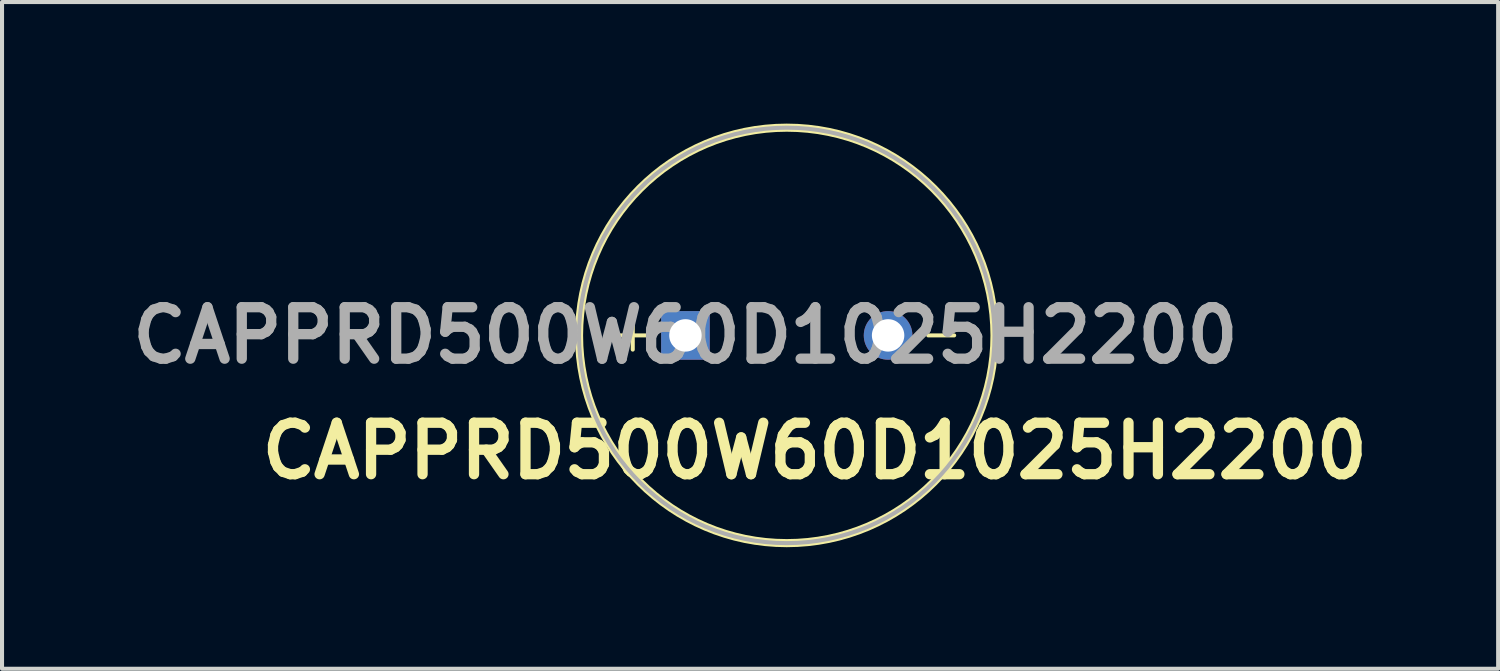
<source format=kicad_pcb>
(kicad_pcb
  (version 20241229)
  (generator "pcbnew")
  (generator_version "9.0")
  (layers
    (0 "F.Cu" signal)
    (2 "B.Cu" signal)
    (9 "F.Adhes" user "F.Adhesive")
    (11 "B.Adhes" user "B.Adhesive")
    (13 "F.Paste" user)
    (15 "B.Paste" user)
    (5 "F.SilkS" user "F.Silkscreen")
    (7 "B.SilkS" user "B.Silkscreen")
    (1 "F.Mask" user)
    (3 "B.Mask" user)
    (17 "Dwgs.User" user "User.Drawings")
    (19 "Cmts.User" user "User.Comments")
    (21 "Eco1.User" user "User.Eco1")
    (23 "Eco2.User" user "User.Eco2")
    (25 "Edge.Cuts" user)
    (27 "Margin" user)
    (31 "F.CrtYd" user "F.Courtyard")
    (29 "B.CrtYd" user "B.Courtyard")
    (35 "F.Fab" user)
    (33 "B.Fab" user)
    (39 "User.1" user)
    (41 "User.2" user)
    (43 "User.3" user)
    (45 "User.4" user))
  (footprint "CAPPRD500W60D1025H2200"
    (layer "F.Cu")
    (at 13.861 5.225)
    (property "Reference" "CAPPRD500W60D1025H2200" (at 3.19 2.85 0) (layer "F.SilkS") (effects (font (size 1.27 1.27) (thickness 0.254))))
    (attr through_hole)
    (fp_line (start -1.66 0) (end -0.94 0) (stroke (width 0.1) (type default)) (layer "F.SilkS"))
    (fp_line (start -1.3 -0.35) (end -1.3 0.35) (stroke (width 0.1) (type default)) (layer "F.SilkS"))
    (fp_line (start 5.99 0) (end 6.63 0) (stroke (width 0.1) (type default)) (layer "F.SilkS"))
    (fp_circle (center 2.5 0) (end 2.5 5.125) (stroke (width 0.2) (type solid)) (fill no) (layer "F.SilkS"))
    (fp_circle (center 2.5 0) (end 2.5 5.125) (stroke (width 0.1) (type solid)) (fill no) (layer "F.Fab"))
    (fp_text user "${REFERENCE}" (at 0 0 0) (layer "F.Fab") (effects (font (size 1.27 1.27) (thickness 0.254))))
    (pad "1" thru_hole rect (at 0 0) (size 1.2 1.2) (drill 0.8) (layers "*.Cu" "*.Mask"))
    (pad "2" thru_hole circle (at 5 0) (size 1.2 1.2) (drill 0.8) (layers "*.Cu" "*.Mask")))
  (gr_rect
    (start -3 -3)
    (end 33.912 13.45)
    (stroke (width 0.1) (type default))
    (fill no)
    (layer "Edge.Cuts")))
</source>
